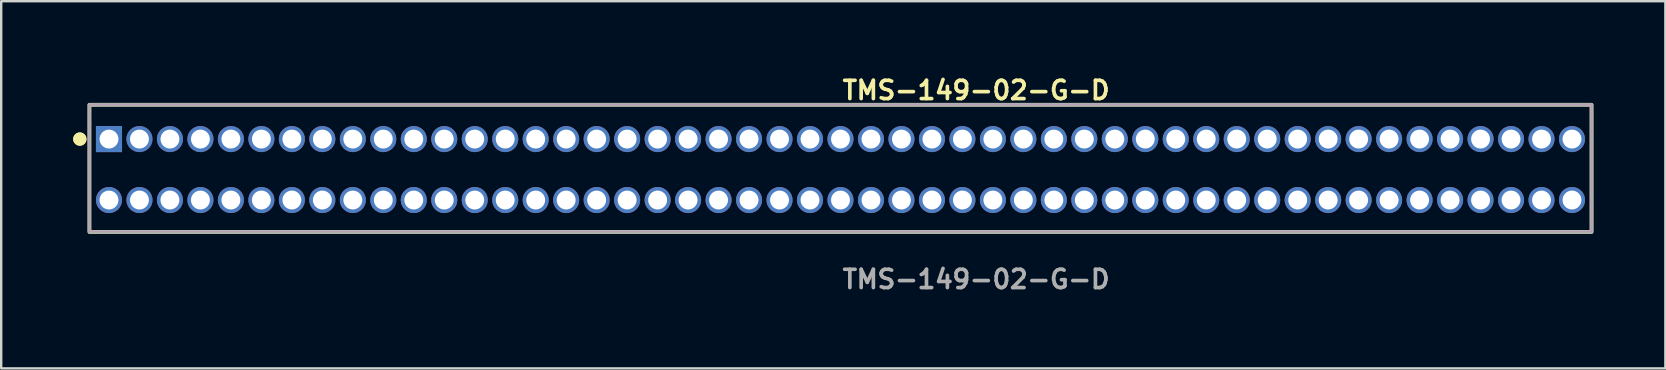
<source format=kicad_pcb>
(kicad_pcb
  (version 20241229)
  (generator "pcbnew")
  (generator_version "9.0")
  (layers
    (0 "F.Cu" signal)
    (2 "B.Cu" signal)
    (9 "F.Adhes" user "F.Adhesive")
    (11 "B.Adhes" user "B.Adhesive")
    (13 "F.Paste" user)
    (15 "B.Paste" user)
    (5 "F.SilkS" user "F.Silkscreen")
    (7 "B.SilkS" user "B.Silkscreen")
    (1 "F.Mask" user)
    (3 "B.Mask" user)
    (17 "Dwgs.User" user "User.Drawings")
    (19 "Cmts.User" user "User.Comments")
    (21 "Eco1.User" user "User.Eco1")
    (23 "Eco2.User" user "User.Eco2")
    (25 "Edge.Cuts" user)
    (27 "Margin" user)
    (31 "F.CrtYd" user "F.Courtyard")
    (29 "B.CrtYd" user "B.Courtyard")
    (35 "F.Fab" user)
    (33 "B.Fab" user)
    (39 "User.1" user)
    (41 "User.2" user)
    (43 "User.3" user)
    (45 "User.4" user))
  (footprint "TMS-149-02-G-D"
    (layer "F.Cu")
    (at 31.971 4.015)
    (property "Reference" "TMS-149-02-G-D" (at 0 -3.302 0) (unlocked yes) (layer "F.SilkS") (effects (font (size 0.762 0.762) (thickness 0.152)) (justify left)))
    (fp_rect (start -31.295 2.6) (end 31.295 -2.7) (stroke (width 0.152) (type solid)) (fill no) (layer "F.SilkS"))
    (fp_circle (center -31.695 -1.27) (end -31.895 -1.27) (stroke (width 0.152) (type solid)) (fill yes) (layer "F.SilkS"))
    (fp_circle (center -31.695 -1.27) (end -31.895 -1.27) (stroke (width 0.152) (type solid)) (fill yes) (layer "F.SilkS"))
    (fp_rect (start -31.295 2.6) (end 31.295 -2.7) (stroke (width 0.006) (type solid)) (fill no) (layer "F.CrtYd"))
    (fp_rect (start -31.295 2.6) (end 31.295 -2.7) (stroke (width 0.152) (type solid)) (fill no) (layer "F.Fab"))
    (fp_text user "${REFERENCE}" (at 0 4.572 0) (unlocked yes) (layer "F.Fab") (effects (font (size 0.762 0.762) (thickness 0.152)) (justify left)))
    (pad "1" thru_hole rect (at -30.48 -1.27) (size 1.087 1.087) (drill 0.787) (layers "*.Cu" "*.Mask"))
    (pad "2" thru_hole circle (at -30.48 1.27) (size 1.087 1.087) (drill 0.787) (layers "*.Cu" "*.Mask"))
    (pad "3" thru_hole circle (at -29.21 -1.27) (size 1.087 1.087) (drill 0.787) (layers "*.Cu" "*.Mask"))
    (pad "4" thru_hole circle (at -29.21 1.27) (size 1.087 1.087) (drill 0.787) (layers "*.Cu" "*.Mask"))
    (pad "5" thru_hole circle (at -27.94 -1.27) (size 1.087 1.087) (drill 0.787) (layers "*.Cu" "*.Mask"))
    (pad "6" thru_hole circle (at -27.94 1.27) (size 1.087 1.087) (drill 0.787) (layers "*.Cu" "*.Mask"))
    (pad "7" thru_hole circle (at -26.67 -1.27) (size 1.087 1.087) (drill 0.787) (layers "*.Cu" "*.Mask"))
    (pad "8" thru_hole circle (at -26.67 1.27) (size 1.087 1.087) (drill 0.787) (layers "*.Cu" "*.Mask"))
    (pad "9" thru_hole circle (at -25.4 -1.27) (size 1.087 1.087) (drill 0.787) (layers "*.Cu" "*.Mask"))
    (pad "10" thru_hole circle (at -25.4 1.27) (size 1.087 1.087) (drill 0.787) (layers "*.Cu" "*.Mask"))
    (pad "11" thru_hole circle (at -24.13 -1.27) (size 1.087 1.087) (drill 0.787) (layers "*.Cu" "*.Mask"))
    (pad "12" thru_hole circle (at -24.13 1.27) (size 1.087 1.087) (drill 0.787) (layers "*.Cu" "*.Mask"))
    (pad "13" thru_hole circle (at -22.86 -1.27) (size 1.087 1.087) (drill 0.787) (layers "*.Cu" "*.Mask"))
    (pad "14" thru_hole circle (at -22.86 1.27) (size 1.087 1.087) (drill 0.787) (layers "*.Cu" "*.Mask"))
    (pad "15" thru_hole circle (at -21.59 -1.27) (size 1.087 1.087) (drill 0.787) (layers "*.Cu" "*.Mask"))
    (pad "16" thru_hole circle (at -21.59 1.27) (size 1.087 1.087) (drill 0.787) (layers "*.Cu" "*.Mask"))
    (pad "17" thru_hole circle (at -20.32 -1.27) (size 1.087 1.087) (drill 0.787) (layers "*.Cu" "*.Mask"))
    (pad "18" thru_hole circle (at -20.32 1.27) (size 1.087 1.087) (drill 0.787) (layers "*.Cu" "*.Mask"))
    (pad "19" thru_hole circle (at -19.05 -1.27) (size 1.087 1.087) (drill 0.787) (layers "*.Cu" "*.Mask"))
    (pad "20" thru_hole circle (at -19.05 1.27) (size 1.087 1.087) (drill 0.787) (layers "*.Cu" "*.Mask"))
    (pad "21" thru_hole circle (at -17.78 -1.27) (size 1.087 1.087) (drill 0.787) (layers "*.Cu" "*.Mask"))
    (pad "22" thru_hole circle (at -17.78 1.27) (size 1.087 1.087) (drill 0.787) (layers "*.Cu" "*.Mask"))
    (pad "23" thru_hole circle (at -16.51 -1.27) (size 1.087 1.087) (drill 0.787) (layers "*.Cu" "*.Mask"))
    (pad "24" thru_hole circle (at -16.51 1.27) (size 1.087 1.087) (drill 0.787) (layers "*.Cu" "*.Mask"))
    (pad "25" thru_hole circle (at -15.24 -1.27) (size 1.087 1.087) (drill 0.787) (layers "*.Cu" "*.Mask"))
    (pad "26" thru_hole circle (at -15.24 1.27) (size 1.087 1.087) (drill 0.787) (layers "*.Cu" "*.Mask"))
    (pad "27" thru_hole circle (at -13.97 -1.27) (size 1.087 1.087) (drill 0.787) (layers "*.Cu" "*.Mask"))
    (pad "28" thru_hole circle (at -13.97 1.27) (size 1.087 1.087) (drill 0.787) (layers "*.Cu" "*.Mask"))
    (pad "29" thru_hole circle (at -12.7 -1.27) (size 1.087 1.087) (drill 0.787) (layers "*.Cu" "*.Mask"))
    (pad "30" thru_hole circle (at -12.7 1.27) (size 1.087 1.087) (drill 0.787) (layers "*.Cu" "*.Mask"))
    (pad "31" thru_hole circle (at -11.43 -1.27) (size 1.087 1.087) (drill 0.787) (layers "*.Cu" "*.Mask"))
    (pad "32" thru_hole circle (at -11.43 1.27) (size 1.087 1.087) (drill 0.787) (layers "*.Cu" "*.Mask"))
    (pad "33" thru_hole circle (at -10.16 -1.27) (size 1.087 1.087) (drill 0.787) (layers "*.Cu" "*.Mask"))
    (pad "34" thru_hole circle (at -10.16 1.27) (size 1.087 1.087) (drill 0.787) (layers "*.Cu" "*.Mask"))
    (pad "35" thru_hole circle (at -8.89 -1.27) (size 1.087 1.087) (drill 0.787) (layers "*.Cu" "*.Mask"))
    (pad "36" thru_hole circle (at -8.89 1.27) (size 1.087 1.087) (drill 0.787) (layers "*.Cu" "*.Mask"))
    (pad "37" thru_hole circle (at -7.62 -1.27) (size 1.087 1.087) (drill 0.787) (layers "*.Cu" "*.Mask"))
    (pad "38" thru_hole circle (at -7.62 1.27) (size 1.087 1.087) (drill 0.787) (layers "*.Cu" "*.Mask"))
    (pad "39" thru_hole circle (at -6.35 -1.27) (size 1.087 1.087) (drill 0.787) (layers "*.Cu" "*.Mask"))
    (pad "40" thru_hole circle (at -6.35 1.27) (size 1.087 1.087) (drill 0.787) (layers "*.Cu" "*.Mask"))
    (pad "41" thru_hole circle (at -5.08 -1.27) (size 1.087 1.087) (drill 0.787) (layers "*.Cu" "*.Mask"))
    (pad "42" thru_hole circle (at -5.08 1.27) (size 1.087 1.087) (drill 0.787) (layers "*.Cu" "*.Mask"))
    (pad "43" thru_hole circle (at -3.81 -1.27) (size 1.087 1.087) (drill 0.787) (layers "*.Cu" "*.Mask"))
    (pad "44" thru_hole circle (at -3.81 1.27) (size 1.087 1.087) (drill 0.787) (layers "*.Cu" "*.Mask"))
    (pad "45" thru_hole circle (at -2.54 -1.27) (size 1.087 1.087) (drill 0.787) (layers "*.Cu" "*.Mask"))
    (pad "46" thru_hole circle (at -2.54 1.27) (size 1.087 1.087) (drill 0.787) (layers "*.Cu" "*.Mask"))
    (pad "47" thru_hole circle (at -1.27 -1.27) (size 1.087 1.087) (drill 0.787) (layers "*.Cu" "*.Mask"))
    (pad "48" thru_hole circle (at -1.27 1.27) (size 1.087 1.087) (drill 0.787) (layers "*.Cu" "*.Mask"))
    (pad "49" thru_hole circle (at 0 -1.27) (size 1.087 1.087) (drill 0.787) (layers "*.Cu" "*.Mask"))
    (pad "50" thru_hole circle (at 0 1.27) (size 1.087 1.087) (drill 0.787) (layers "*.Cu" "*.Mask"))
    (pad "51" thru_hole circle (at 1.27 -1.27) (size 1.087 1.087) (drill 0.787) (layers "*.Cu" "*.Mask"))
    (pad "52" thru_hole circle (at 1.27 1.27) (size 1.087 1.087) (drill 0.787) (layers "*.Cu" "*.Mask"))
    (pad "53" thru_hole circle (at 2.54 -1.27) (size 1.087 1.087) (drill 0.787) (layers "*.Cu" "*.Mask"))
    (pad "54" thru_hole circle (at 2.54 1.27) (size 1.087 1.087) (drill 0.787) (layers "*.Cu" "*.Mask"))
    (pad "55" thru_hole circle (at 3.81 -1.27) (size 1.087 1.087) (drill 0.787) (layers "*.Cu" "*.Mask"))
    (pad "56" thru_hole circle (at 3.81 1.27) (size 1.087 1.087) (drill 0.787) (layers "*.Cu" "*.Mask"))
    (pad "57" thru_hole circle (at 5.08 -1.27) (size 1.087 1.087) (drill 0.787) (layers "*.Cu" "*.Mask"))
    (pad "58" thru_hole circle (at 5.08 1.27) (size 1.087 1.087) (drill 0.787) (layers "*.Cu" "*.Mask"))
    (pad "59" thru_hole circle (at 6.35 -1.27) (size 1.087 1.087) (drill 0.787) (layers "*.Cu" "*.Mask"))
    (pad "60" thru_hole circle (at 6.35 1.27) (size 1.087 1.087) (drill 0.787) (layers "*.Cu" "*.Mask"))
    (pad "61" thru_hole circle (at 7.62 -1.27) (size 1.087 1.087) (drill 0.787) (layers "*.Cu" "*.Mask"))
    (pad "62" thru_hole circle (at 7.62 1.27) (size 1.087 1.087) (drill 0.787) (layers "*.Cu" "*.Mask"))
    (pad "63" thru_hole circle (at 8.89 -1.27) (size 1.087 1.087) (drill 0.787) (layers "*.Cu" "*.Mask"))
    (pad "64" thru_hole circle (at 8.89 1.27) (size 1.087 1.087) (drill 0.787) (layers "*.Cu" "*.Mask"))
    (pad "65" thru_hole circle (at 10.16 -1.27) (size 1.087 1.087) (drill 0.787) (layers "*.Cu" "*.Mask"))
    (pad "66" thru_hole circle (at 10.16 1.27) (size 1.087 1.087) (drill 0.787) (layers "*.Cu" "*.Mask"))
    (pad "67" thru_hole circle (at 11.43 -1.27) (size 1.087 1.087) (drill 0.787) (layers "*.Cu" "*.Mask"))
    (pad "68" thru_hole circle (at 11.43 1.27) (size 1.087 1.087) (drill 0.787) (layers "*.Cu" "*.Mask"))
    (pad "69" thru_hole circle (at 12.7 -1.27) (size 1.087 1.087) (drill 0.787) (layers "*.Cu" "*.Mask"))
    (pad "70" thru_hole circle (at 12.7 1.27) (size 1.087 1.087) (drill 0.787) (layers "*.Cu" "*.Mask"))
    (pad "71" thru_hole circle (at 13.97 -1.27) (size 1.087 1.087) (drill 0.787) (layers "*.Cu" "*.Mask"))
    (pad "72" thru_hole circle (at 13.97 1.27) (size 1.087 1.087) (drill 0.787) (layers "*.Cu" "*.Mask"))
    (pad "73" thru_hole circle (at 15.24 -1.27) (size 1.087 1.087) (drill 0.787) (layers "*.Cu" "*.Mask"))
    (pad "74" thru_hole circle (at 15.24 1.27) (size 1.087 1.087) (drill 0.787) (layers "*.Cu" "*.Mask"))
    (pad "75" thru_hole circle (at 16.51 -1.27) (size 1.087 1.087) (drill 0.787) (layers "*.Cu" "*.Mask"))
    (pad "76" thru_hole circle (at 16.51 1.27) (size 1.087 1.087) (drill 0.787) (layers "*.Cu" "*.Mask"))
    (pad "77" thru_hole circle (at 17.78 -1.27) (size 1.087 1.087) (drill 0.787) (layers "*.Cu" "*.Mask"))
    (pad "78" thru_hole circle (at 17.78 1.27) (size 1.087 1.087) (drill 0.787) (layers "*.Cu" "*.Mask"))
    (pad "79" thru_hole circle (at 19.05 -1.27) (size 1.087 1.087) (drill 0.787) (layers "*.Cu" "*.Mask"))
    (pad "80" thru_hole circle (at 19.05 1.27) (size 1.087 1.087) (drill 0.787) (layers "*.Cu" "*.Mask"))
    (pad "81" thru_hole circle (at 20.32 -1.27) (size 1.087 1.087) (drill 0.787) (layers "*.Cu" "*.Mask"))
    (pad "82" thru_hole circle (at 20.32 1.27) (size 1.087 1.087) (drill 0.787) (layers "*.Cu" "*.Mask"))
    (pad "83" thru_hole circle (at 21.59 -1.27) (size 1.087 1.087) (drill 0.787) (layers "*.Cu" "*.Mask"))
    (pad "84" thru_hole circle (at 21.59 1.27) (size 1.087 1.087) (drill 0.787) (layers "*.Cu" "*.Mask"))
    (pad "85" thru_hole circle (at 22.86 -1.27) (size 1.087 1.087) (drill 0.787) (layers "*.Cu" "*.Mask"))
    (pad "86" thru_hole circle (at 22.86 1.27) (size 1.087 1.087) (drill 0.787) (layers "*.Cu" "*.Mask"))
    (pad "87" thru_hole circle (at 24.13 -1.27) (size 1.087 1.087) (drill 0.787) (layers "*.Cu" "*.Mask"))
    (pad "88" thru_hole circle (at 24.13 1.27) (size 1.087 1.087) (drill 0.787) (layers "*.Cu" "*.Mask"))
    (pad "89" thru_hole circle (at 25.4 -1.27) (size 1.087 1.087) (drill 0.787) (layers "*.Cu" "*.Mask"))
    (pad "90" thru_hole circle (at 25.4 1.27) (size 1.087 1.087) (drill 0.787) (layers "*.Cu" "*.Mask"))
    (pad "91" thru_hole circle (at 26.67 -1.27) (size 1.087 1.087) (drill 0.787) (layers "*.Cu" "*.Mask"))
    (pad "92" thru_hole circle (at 26.67 1.27) (size 1.087 1.087) (drill 0.787) (layers "*.Cu" "*.Mask"))
    (pad "93" thru_hole circle (at 27.94 -1.27) (size 1.087 1.087) (drill 0.787) (layers "*.Cu" "*.Mask"))
    (pad "94" thru_hole circle (at 27.94 1.27) (size 1.087 1.087) (drill 0.787) (layers "*.Cu" "*.Mask"))
    (pad "95" thru_hole circle (at 29.21 -1.27) (size 1.087 1.087) (drill 0.787) (layers "*.Cu" "*.Mask"))
    (pad "96" thru_hole circle (at 29.21 1.27) (size 1.087 1.087) (drill 0.787) (layers "*.Cu" "*.Mask"))
    (pad "97" thru_hole circle (at 30.48 -1.27) (size 1.087 1.087) (drill 0.787) (layers "*.Cu" "*.Mask"))
    (pad "98" thru_hole circle (at 30.48 1.27) (size 1.087 1.087) (drill 0.787) (layers "*.Cu" "*.Mask")))
  (gr_rect
    (start -3 -3)
    (end 66.342 12.3)
    (stroke (width 0.1) (type default))
    (fill no)
    (layer "Edge.Cuts")))
</source>
